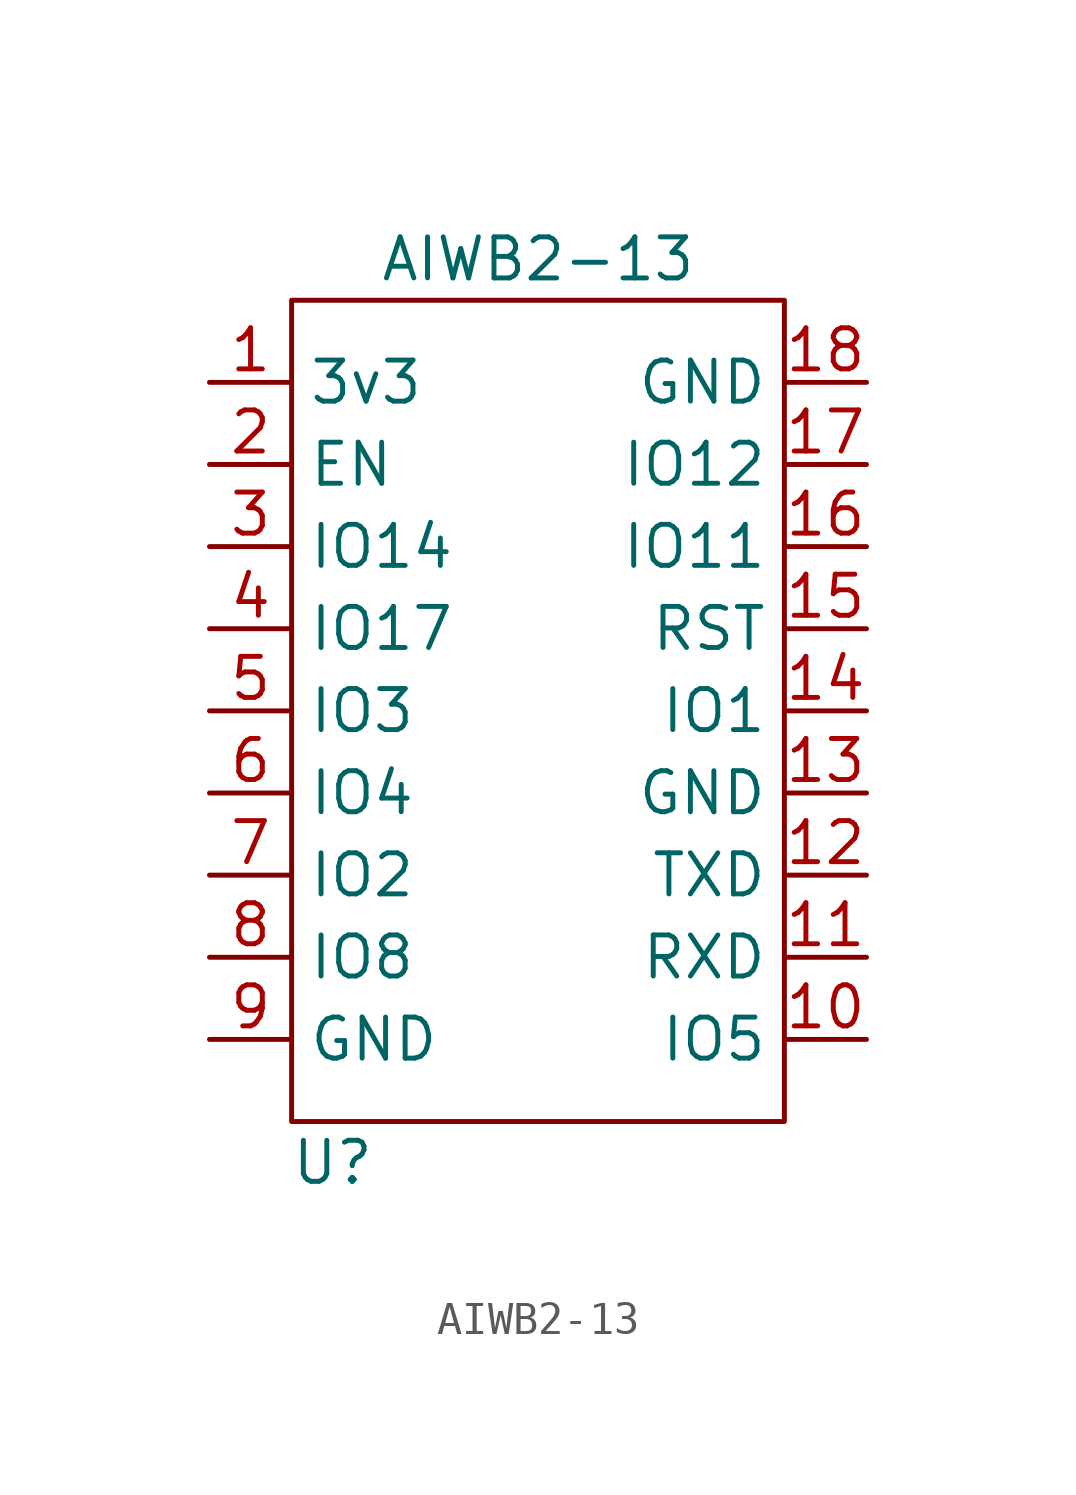
<source format=kicad_sym>
(kicad_symbol_lib
  (version 20211014)
  (generator kicad_symbol_editor)
  (symbol "AIWB2-13"
    (property "Reference" "U"
      (at 1.27 -1.27 0)
      (effects (font (size 1.27 1.27))))
    (property "Value" "AIWB2-13"
      (at 7.62 26.67 0)
      (effects (font (size 1.27 1.27))))
    (symbol "AIWB2-13_0_1"
      (rectangle (start 0 25.4) (end 15.24 0) (stroke (width 0) (type default) (color 0 0 0 0)) (fill (type none))))
    (symbol "AIWB2-13_1_1"
      (pin power_in line (at -2.54 22.86 0) (length 2.54) (name "3v3" (effects (font (size 1.27 1.27)))) (number "1" (effects (font (size 1.27 1.27)))))
      (pin bidirectional line (at 17.78 2.54 180) (length 2.54) (name "IO5" (effects (font (size 1.27 1.27)))) (number "10" (effects (font (size 1.27 1.27)))))
      (pin bidirectional line (at 17.78 5.08 180) (length 2.54) (name "RXD" (effects (font (size 1.27 1.27)))) (number "11" (effects (font (size 1.27 1.27)))))
      (pin bidirectional line (at 17.78 7.62 180) (length 2.54) (name "TXD" (effects (font (size 1.27 1.27)))) (number "12" (effects (font (size 1.27 1.27)))))
      (pin power_in line (at 17.78 10.16 180) (length 2.54) (name "GND" (effects (font (size 1.27 1.27)))) (number "13" (effects (font (size 1.27 1.27)))))
      (pin bidirectional line (at 17.78 12.7 180) (length 2.54) (name "IO1" (effects (font (size 1.27 1.27)))) (number "14" (effects (font (size 1.27 1.27)))))
      (pin bidirectional line (at 17.78 15.24 180) (length 2.54) (name "RST" (effects (font (size 1.27 1.27)))) (number "15" (effects (font (size 1.27 1.27)))))
      (pin bidirectional line (at 17.78 17.78 180) (length 2.54) (name "IO11" (effects (font (size 1.27 1.27)))) (number "16" (effects (font (size 1.27 1.27)))))
      (pin bidirectional line (at 17.78 20.32 180) (length 2.54) (name "IO12" (effects (font (size 1.27 1.27)))) (number "17" (effects (font (size 1.27 1.27)))))
      (pin power_in line (at 17.78 22.86 180) (length 2.54) (name "GND" (effects (font (size 1.27 1.27)))) (number "18" (effects (font (size 1.27 1.27)))))
      (pin bidirectional line (at -2.54 20.32 0) (length 2.54) (name "EN" (effects (font (size 1.27 1.27)))) (number "2" (effects (font (size 1.27 1.27)))))
      (pin bidirectional line (at -2.54 17.78 0) (length 2.54) (name "IO14" (effects (font (size 1.27 1.27)))) (number "3" (effects (font (size 1.27 1.27)))))
      (pin bidirectional line (at -2.54 15.24 0) (length 2.54) (name "IO17" (effects (font (size 1.27 1.27)))) (number "4" (effects (font (size 1.27 1.27)))))
      (pin bidirectional line (at -2.54 12.7 0) (length 2.54) (name "IO3" (effects (font (size 1.27 1.27)))) (number "5" (effects (font (size 1.27 1.27)))))
      (pin bidirectional line (at -2.54 10.16 0) (length 2.54) (name "IO4" (effects (font (size 1.27 1.27)))) (number "6" (effects (font (size 1.27 1.27)))))
      (pin bidirectional line (at -2.54 7.62 0) (length 2.54) (name "IO2" (effects (font (size 1.27 1.27)))) (number "7" (effects (font (size 1.27 1.27)))))
      (pin bidirectional line (at -2.54 5.08 0) (length 2.54) (name "IO8" (effects (font (size 1.27 1.27)))) (number "8" (effects (font (size 1.27 1.27)))))
      (pin power_in line (at -2.54 2.54 0) (length 2.54) (name "GND" (effects (font (size 1.27 1.27)))) (number "9" (effects (font (size 1.27 1.27))))))))
</source>
